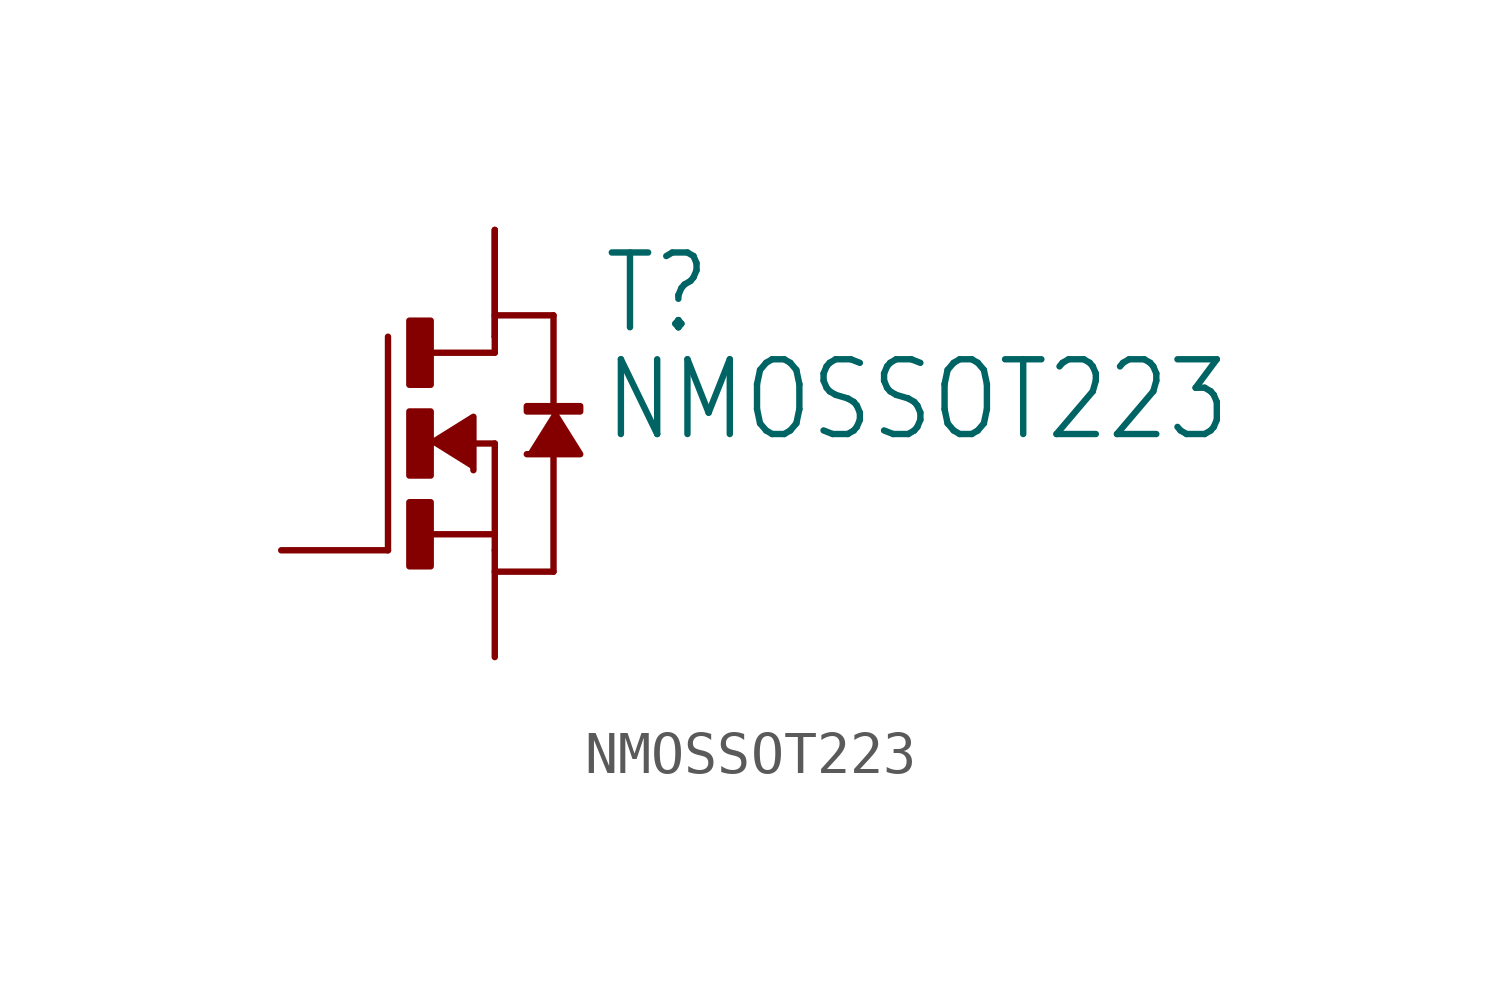
<source format=kicad_sym>
(kicad_symbol_lib
  (version 20211014)
  (generator kicad_symbol_editor)
  (symbol "NMOSSOT223"
    (property "Reference" "T"
      (at 2.54 2.54 0)
      (effects (font (size 1.778 1.511)) (justify left bottom)))
    (property "Value" "NMOSSOT223"
      (at 2.54 0 0)
      (effects (font (size 1.778 1.511)) (justify left bottom)))
    (property "ki_locked" ""
      (at 0 0 0)
      (effects (font (size 1.27 1.27))))
    (symbol "NMOSSOT223_1_0"
      (rectangle (start -2.032 -2.921) (end -1.524 -1.397) (stroke (width 0) (type default) (color 0 0 0 0)) (fill (type outline)))
      (rectangle (start -2.032 -0.762) (end -1.524 0.762) (stroke (width 0) (type default) (color 0 0 0 0)) (fill (type outline)))
      (rectangle (start -2.032 1.397) (end -1.524 2.921) (stroke (width 0) (type default) (color 0 0 0 0)) (fill (type outline)))
      (polyline (pts (xy -2.54 -2.54) (xy -2.54 2.54)) (stroke (width 0.152) (type default) (color 0 0 0 0)) (fill (type none)))
      (polyline (pts (xy -1.524 -2.159) (xy 0 -2.159)) (stroke (width 0.152) (type default) (color 0 0 0 0)) (fill (type none)))
      (polyline (pts (xy -1.524 2.159) (xy 0 2.159)) (stroke (width 0.152) (type default) (color 0 0 0 0)) (fill (type none)))
      (polyline (pts (xy -0.508 0) (xy 0 0)) (stroke (width 0.152) (type default) (color 0 0 0 0)) (fill (type none)))
      (polyline (pts (xy 0 -2.159) (xy 0 -2.54)) (stroke (width 0.152) (type default) (color 0 0 0 0)) (fill (type none)))
      (polyline (pts (xy 0 0) (xy 0 -2.159)) (stroke (width 0.152) (type default) (color 0 0 0 0)) (fill (type none)))
      (polyline (pts (xy 0 2.159) (xy 0 2.54)) (stroke (width 0.152) (type default) (color 0 0 0 0)) (fill (type none)))
      (polyline (pts (xy 0 3.048) (xy 1.397 3.048)) (stroke (width 0.152) (type default) (color 0 0 0 0)) (fill (type none)))
      (polyline (pts (xy 1.397 -3.048) (xy 0 -3.048)) (stroke (width 0.152) (type default) (color 0 0 0 0)) (fill (type none)))
      (polyline (pts (xy 1.397 -0.254) (xy 1.397 -3.048)) (stroke (width 0.152) (type default) (color 0 0 0 0)) (fill (type none)))
      (polyline (pts (xy 1.397 3.048) (xy 1.397 0.762)) (stroke (width 0.152) (type default) (color 0 0 0 0)) (fill (type none)))
      (polyline (pts (xy -1.524 0) (xy -0.508 0.635) (xy -0.508 -0.635)) (stroke (width 0) (type default) (color 0 0 0 0)) (fill (type outline)))
      (polyline (pts (xy 1.397 0.762) (xy 2.032 -0.254) (xy 0.762 -0.254)) (stroke (width 0) (type default) (color 0 0 0 0)) (fill (type outline)))
      (rectangle (start 0.762 0.762) (end 2.032 0.889) (stroke (width 0) (type default) (color 0 0 0 0)) (fill (type outline)))
      (pin passive line (at -5.08 -2.54 0) (length 2.54) (name "G" (effects (font (size 0 0)))) (number "1" (effects (font (size 0 0)))))
      (pin passive line (at 0 5.08 270) (length 2.54) (name "D" (effects (font (size 0 0)))) (number "2" (effects (font (size 0 0)))))
      (pin passive line (at 0 -5.08 90) (length 2.54) (name "S" (effects (font (size 0 0)))) (number "3" (effects (font (size 0 0)))))
      (pin passive line (at 0 5.08 270) (length 2.54) (name "D" (effects (font (size 0 0)))) (number "4" (effects (font (size 0 0))))))))
</source>
